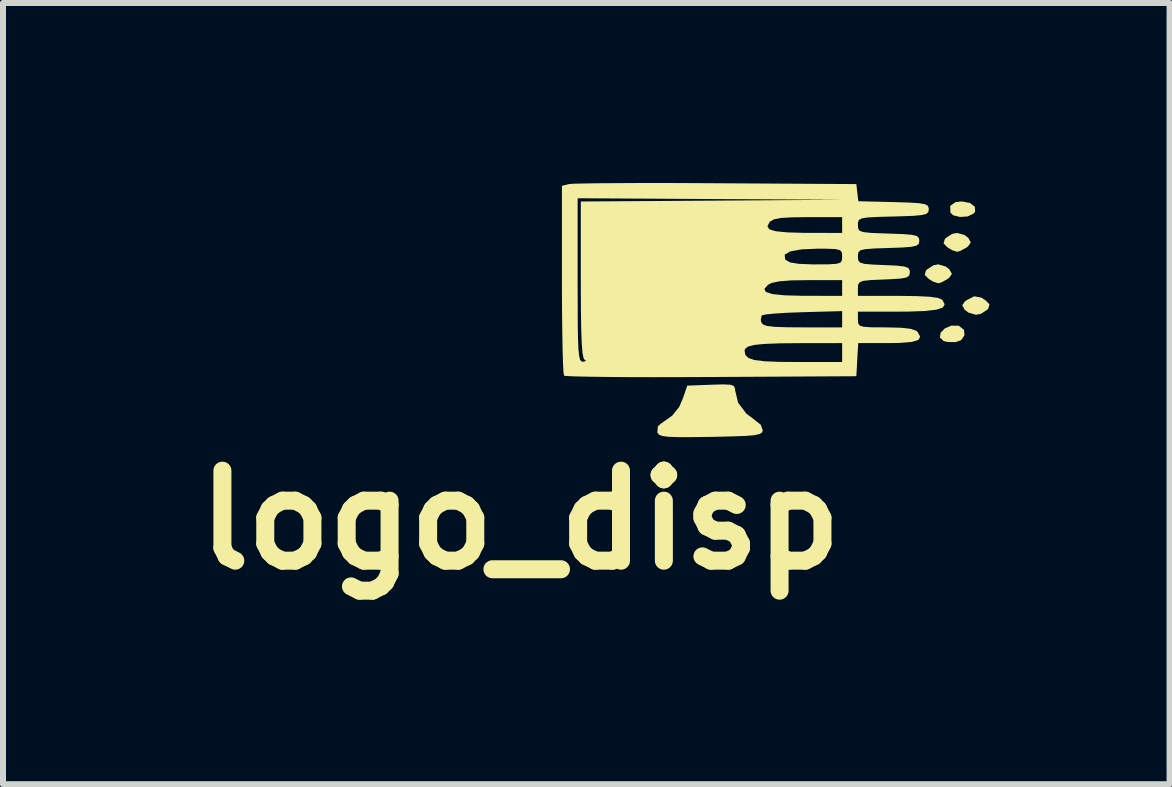
<source format=kicad_pcb>
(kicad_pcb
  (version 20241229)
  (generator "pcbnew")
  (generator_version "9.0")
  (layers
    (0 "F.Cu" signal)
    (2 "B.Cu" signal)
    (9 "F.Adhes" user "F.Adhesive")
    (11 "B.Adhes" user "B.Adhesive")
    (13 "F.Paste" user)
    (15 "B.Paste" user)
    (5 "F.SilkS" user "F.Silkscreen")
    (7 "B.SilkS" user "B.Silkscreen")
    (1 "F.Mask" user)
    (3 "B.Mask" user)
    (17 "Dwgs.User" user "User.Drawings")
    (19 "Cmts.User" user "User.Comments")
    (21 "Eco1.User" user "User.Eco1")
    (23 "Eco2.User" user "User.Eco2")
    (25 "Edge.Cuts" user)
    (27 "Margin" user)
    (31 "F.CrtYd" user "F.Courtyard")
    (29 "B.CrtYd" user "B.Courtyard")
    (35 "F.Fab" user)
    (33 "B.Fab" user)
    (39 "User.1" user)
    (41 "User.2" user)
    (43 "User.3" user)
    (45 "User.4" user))
  (footprint "logo_disp"
    (layer "F.Cu")
    (at 9.621 2.616)
    (property "Reference" "logo_disp" (at -4 3 0) (layer "F.SilkS") (effects (font (size 1.5 1.5) (thickness 0.3))))
    (attr board_only exclude_from_pos_files exclude_from_bom)
    (fp_poly (pts (xy 3.494 -2.284) (xy 3.575 -2.221) (xy 3.581 -2.141) (xy 3.557 -2.108) (xy 3.457 -2.059) (xy 3.327 -2.05) (xy 3.214 -2.078) (xy 3.169 -2.123) (xy 3.165 -2.234) (xy 3.252 -2.297) (xy 3.355 -2.309)) (stroke (width 0) (type solid)) (fill yes) (layer "F.SilkS"))
    (fp_poly (pts (xy 3.299 -0.238) (xy 3.311 -0.235) (xy 3.395 -0.169) (xy 3.403 -0.077) (xy 3.346 0.004) (xy 3.254 0.036) (xy 3.126 0.034) (xy 3.057 0.019) (xy 2.993 -0.042) (xy 3.005 -0.12) (xy 3.075 -0.192) (xy 3.18 -0.238)) (stroke (width 0) (type solid)) (fill yes) (layer "F.SilkS"))
    (fp_poly (pts (xy 3.684 -0.706) (xy 3.753 -0.662) (xy 3.82 -0.594) (xy 3.801 -0.527) (xy 3.783 -0.504) (xy 3.676 -0.435) (xy 3.595 -0.42) (xy 3.469 -0.456) (xy 3.406 -0.504) (xy 3.366 -0.579) (xy 3.41 -0.642) (xy 3.436 -0.662) (xy 3.566 -0.728)) (stroke (width 0) (type solid)) (fill yes) (layer "F.SilkS"))
    (fp_poly (pts (xy 3.091 -1.224) (xy 3.153 -1.175) (xy 3.193 -1.101) (xy 3.149 -1.037) (xy 3.124 -1.018) (xy 3.021 -0.96) (xy 2.965 -0.945) (xy 2.879 -0.973) (xy 2.807 -1.018) (xy 2.74 -1.085) (xy 2.759 -1.152) (xy 2.777 -1.175) (xy 2.884 -1.244) (xy 2.965 -1.26)) (stroke (width 0) (type solid)) (fill yes) (layer "F.SilkS"))
    (fp_poly (pts (xy 3.406 -1.749) (xy 3.468 -1.7) (xy 3.508 -1.625) (xy 3.464 -1.562) (xy 3.439 -1.542) (xy 3.336 -1.485) (xy 3.28 -1.469) (xy 3.194 -1.498) (xy 3.121 -1.542) (xy 3.055 -1.61) (xy 3.074 -1.677) (xy 3.092 -1.7) (xy 3.199 -1.769) (xy 3.28 -1.784)) (stroke (width 0) (type solid)) (fill yes) (layer "F.SilkS"))
    (fp_poly (pts (xy -0.497 0.746) (xy -0.439 0.768) (xy -0.421 0.811) (xy -0.42 0.835) (xy -0.37 1.045) (xy -0.232 1.228) (xy -0.119 1.312) (xy 0.009 1.414) (xy 0.042 1.509) (xy 0.026 1.544) (xy -0.017 1.569) (xy -0.102 1.587) (xy -0.244 1.599) (xy -0.459 1.607) (xy -0.76 1.614) (xy -0.828 1.615) (xy -1.148 1.619) (xy -1.379 1.619) (xy -1.535 1.613) (xy -1.633 1.6) (xy -1.687 1.579) (xy -1.713 1.547) (xy -1.716 1.54) (xy -1.707 1.44) (xy -1.656 1.394) (xy -1.469 1.262) (xy -1.352 1.117) (xy -1.289 0.971) (xy -1.217 0.761) (xy -0.818 0.746) (xy -0.616 0.74)) (stroke (width 0) (type solid)) (fill yes) (layer "F.SilkS"))
    (fp_poly (pts (xy -1.552 -2.616) (xy -1.083 -2.614) (xy -0.735 -2.612) (xy 1.601 -2.598) (xy 1.617 -2.455) (xy 1.634 -2.312) (xy 2.221 -2.298) (xy 2.476 -2.29) (xy 2.644 -2.28) (xy 2.744 -2.263) (xy 2.792 -2.237) (xy 2.807 -2.198) (xy 2.808 -2.178) (xy 2.801 -2.132) (xy 2.767 -2.101) (xy 2.69 -2.082) (xy 2.551 -2.069) (xy 2.332 -2.061) (xy 2.217 -2.058) (xy 1.962 -2.051) (xy 1.793 -2.042) (xy 1.694 -2.027) (xy 1.645 -2.001) (xy 1.628 -1.96) (xy 1.627 -1.916) (xy 1.631 -1.857) (xy 1.656 -1.819) (xy 1.723 -1.797) (xy 1.849 -1.784) (xy 2.054 -1.776) (xy 2.139 -1.773) (xy 2.374 -1.765) (xy 2.524 -1.753) (xy 2.607 -1.733) (xy 2.643 -1.7) (xy 2.65 -1.653) (xy 2.642 -1.605) (xy 2.605 -1.573) (xy 2.52 -1.553) (xy 2.368 -1.541) (xy 2.139 -1.533) (xy 1.904 -1.525) (xy 1.755 -1.514) (xy 1.672 -1.496) (xy 1.636 -1.463) (xy 1.627 -1.412) (xy 1.627 -1.391) (xy 1.632 -1.328) (xy 1.662 -1.29) (xy 1.738 -1.268) (xy 1.88 -1.256) (xy 2.06 -1.249) (xy 2.273 -1.239) (xy 2.402 -1.224) (xy 2.468 -1.199) (xy 2.491 -1.157) (xy 2.493 -1.128) (xy 2.483 -1.076) (xy 2.441 -1.043) (xy 2.346 -1.024) (xy 2.176 -1.013) (xy 2.06 -1.008) (xy 1.848 -0.999) (xy 1.719 -0.986) (xy 1.654 -0.961) (xy 1.63 -0.919) (xy 1.627 -0.864) (xy 1.627 -0.735) (xy 2.303 -0.735) (xy 2.61 -0.731) (xy 2.826 -0.72) (xy 2.962 -0.701) (xy 3.031 -0.671) (xy 3.036 -0.665) (xy 3.073 -0.594) (xy 3.042 -0.541) (xy 2.936 -0.505) (xy 2.746 -0.483) (xy 2.463 -0.473) (xy 2.299 -0.472) (xy 1.627 -0.472) (xy 1.627 -0.341) (xy 1.631 -0.279) (xy 1.656 -0.24) (xy 1.722 -0.22) (xy 1.851 -0.211) (xy 2.062 -0.21) (xy 2.093 -0.21) (xy 2.344 -0.204) (xy 2.507 -0.186) (xy 2.6 -0.153) (xy 2.622 -0.133) (xy 2.665 -0.055) (xy 2.635 -0.001) (xy 2.525 0.033) (xy 2.325 0.049) (xy 2.125 0.052) (xy 1.632 0.052) (xy 1.616 0.328) (xy 1.601 0.604) (xy -0.817 0.617) (xy -1.311 0.619) (xy -1.773 0.62) (xy -2.191 0.619) (xy -2.557 0.616) (xy -2.858 0.612) (xy -3.084 0.607) (xy -3.225 0.601) (xy -3.271 0.595) (xy -3.28 0.536) (xy -3.288 0.385) (xy -3.295 0.155) (xy -3.3 -0.14) (xy -3.304 -0.487) (xy -3.306 -0.872) (xy -3.306 -0.997) (xy -3.044 -0.997) (xy -3.043 -0.583) (xy -3.042 -0.262) (xy -3.038 -0.022) (xy -3.031 0.148) (xy -3.02 0.259) (xy -3.005 0.325) (xy -2.984 0.355) (xy -2.957 0.363) (xy -2.952 0.363) (xy -2.902 0.35) (xy -2.926 0.333) (xy -2.947 0.298) (xy -2.964 0.209) (xy -2.966 0.179) (xy -0.262 0.179) (xy -0.249 0.25) (xy -0.198 0.3) (xy -0.097 0.334) (xy 0.068 0.355) (xy 0.312 0.365) (xy 0.614 0.367) (xy 1.364 0.367) (xy 1.364 0.21) (xy 1.364 0.052) (xy 0.669 0.053) (xy 0.323 0.056) (xy 0.07 0.066) (xy -0.103 0.083) (xy -0.207 0.111) (xy -0.255 0.15) (xy -0.262 0.179) (xy -2.966 0.179) (xy -2.976 0.055) (xy -2.984 -0.174) (xy -2.987 -0.334) (xy 0.008 -0.334) (xy 0.018 -0.291) (xy 0.048 -0.256) (xy 0.117 -0.233) (xy 0.243 -0.219) (xy 0.441 -0.212) (xy 0.707 -0.21) (xy 1.364 -0.21) (xy 1.364 -0.345) (xy 1.364 -0.481) (xy 0.713 -0.463) (xy 0.461 -0.454) (xy 0.248 -0.441) (xy 0.096 -0.426) (xy 0.025 -0.41) (xy 0.024 -0.409) (xy 0.008 -0.334) (xy -2.987 -0.334) (xy -2.989 -0.486) (xy -2.991 -0.851) (xy 0.068 -0.851) (xy 0.091 -0.801) (xy 0.202 -0.765) (xy 0.407 -0.744) (xy 0.711 -0.736) (xy 0.774 -0.736) (xy 1.364 -0.735) (xy 1.364 -0.866) (xy 1.364 -0.997) (xy 0.797 -0.997) (xy 0.512 -0.993) (xy 0.314 -0.977) (xy 0.187 -0.95) (xy 0.128 -0.919) (xy 0.068 -0.851) (xy -2.991 -0.851) (xy -2.991 -0.891) (xy -2.991 -1.001) (xy -2.991 -1.421) (xy 0.406 -1.421) (xy 0.414 -1.346) (xy 0.423 -1.335) (xy 0.495 -1.293) (xy 0.639 -1.269) (xy 0.868 -1.26) (xy 0.925 -1.26) (xy 1.139 -1.261) (xy 1.269 -1.269) (xy 1.336 -1.289) (xy 1.361 -1.329) (xy 1.364 -1.391) (xy 1.36 -1.457) (xy 1.33 -1.496) (xy 1.255 -1.515) (xy 1.111 -1.521) (xy 0.967 -1.522) (xy 0.687 -1.51) (xy 0.498 -1.476) (xy 0.406 -1.421) (xy -2.991 -1.421) (xy -2.991 -1.895) (xy 0.119 -1.895) (xy 0.15 -1.845) (xy 0.257 -1.812) (xy 0.45 -1.793) (xy 0.736 -1.785) (xy 0.8 -1.785) (xy 1.364 -1.784) (xy 1.364 -1.915) (xy 1.364 -2.047) (xy 0.794 -2.047) (xy 0.527 -2.044) (xy 0.346 -2.033) (xy 0.233 -2.012) (xy 0.168 -1.978) (xy 0.154 -1.964) (xy 0.119 -1.895) (xy -2.991 -1.895) (xy -2.991 -2.308) (xy -0.8 -2.322) (xy 1.391 -2.337) (xy -0.827 -2.349) (xy -3.044 -2.362) (xy -3.044 -0.997) (xy -3.306 -0.997) (xy -3.306 -1.005) (xy -3.306 -2.569) (xy -3.188 -2.598) (xy -3.112 -2.604) (xy -2.943 -2.608) (xy -2.691 -2.612) (xy -2.367 -2.614) (xy -1.984 -2.616)) (stroke (width 0) (type solid)) (fill yes) (layer "F.SilkS")))
  (gr_rect
    (start -3 -3)
    (end 16.442 10.02)
    (stroke (width 0.1) (type default))
    (fill no)
    (layer "Edge.Cuts")))
</source>
